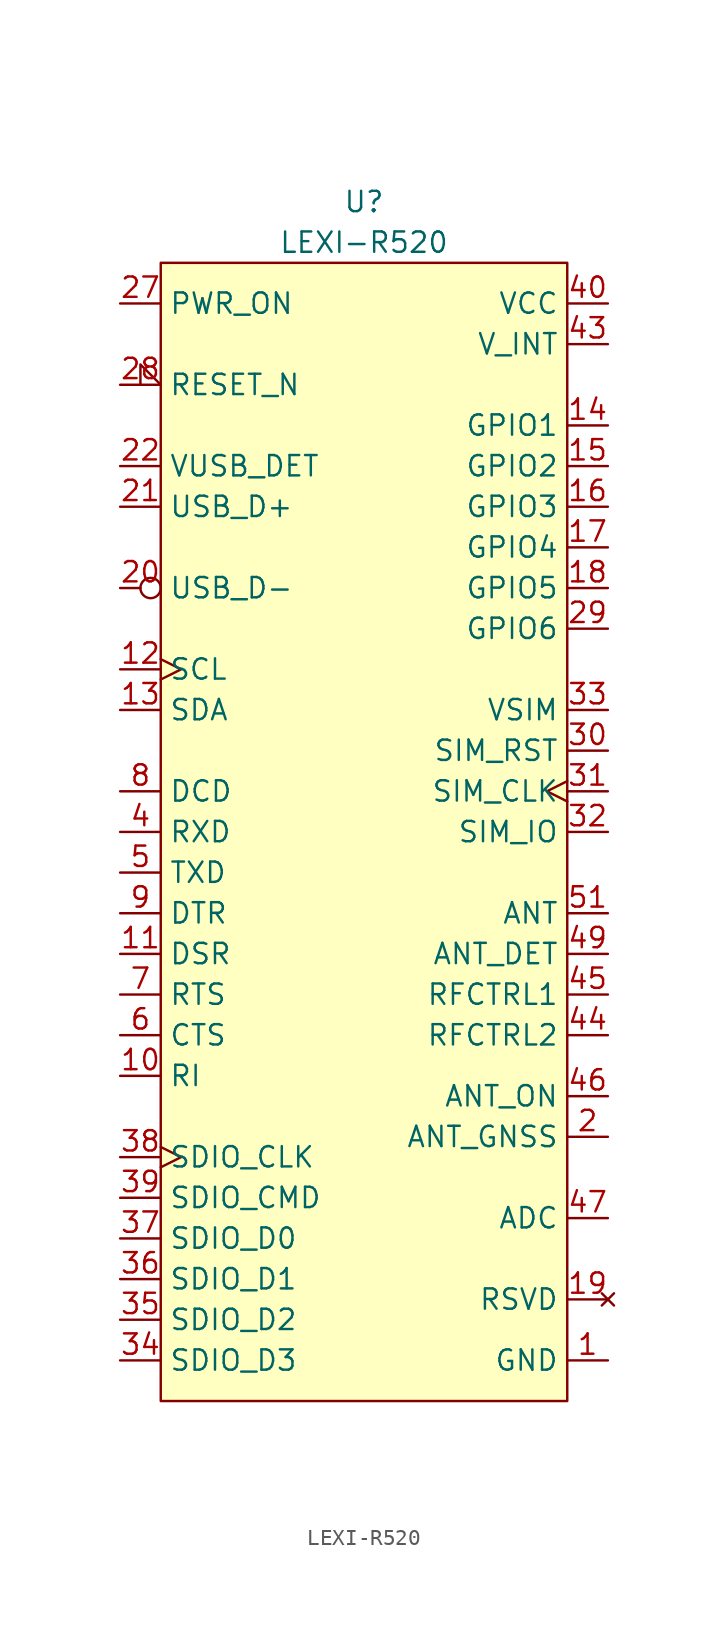
<source format=kicad_sym>
(kicad_symbol_lib
  (version 20231120)
  (generator "kicad_symbol_editor")
  (generator_version "8.0")
  (symbol "LEXI-R520"
    (property "Reference" "U"
      (at 0 39.37 0)
      (do_not_autoplace)
      (effects (font (size 1.27 1.27))))
    (property "Value" "LEXI-R520"
      (at 0 36.83 0)
      (do_not_autoplace)
      (effects (font (size 1.27 1.27))))
    (symbol "LEXI-R520_0_0"
      (pin passive line (at 15.24 -33.02 180) (length 2.54) (name "GND" (effects (font (size 1.27 1.27)))) (number "1" (effects (font (size 1.27 1.27)))))
      (pin output line (at -15.24 -15.24 0) (length 2.54) (name "RI" (effects (font (size 1.27 1.27)))) (number "10" (effects (font (size 1.27 1.27)))))
      (pin bidirectional line (at -15.24 -7.62 0) (length 2.54) (name "DSR" (effects (font (size 1.27 1.27)))) (number "11" (effects (font (size 1.27 1.27)))))
      (pin output clock (at -15.24 10.16 0) (length 2.54) (name "SCL" (effects (font (size 1.27 1.27)))) (number "12" (effects (font (size 1.27 1.27)))))
      (pin bidirectional line (at -15.24 7.62 0) (length 2.54) (name "SDA" (effects (font (size 1.27 1.27)))) (number "13" (effects (font (size 1.27 1.27)))))
      (pin bidirectional line (at 15.24 25.4 180) (length 2.54) (name "GPIO1" (effects (font (size 1.27 1.27)))) (number "14" (effects (font (size 1.27 1.27)))))
      (pin bidirectional line (at 15.24 22.86 180) (length 2.54) (name "GPIO2" (effects (font (size 1.27 1.27)))) (number "15" (effects (font (size 1.27 1.27)))))
      (pin bidirectional line (at 15.24 20.32 180) (length 2.54) (name "GPIO3" (effects (font (size 1.27 1.27)))) (number "16" (effects (font (size 1.27 1.27)))))
      (pin bidirectional line (at 15.24 17.78 180) (length 2.54) (name "GPIO4" (effects (font (size 1.27 1.27)))) (number "17" (effects (font (size 1.27 1.27)))))
      (pin bidirectional line (at 15.24 15.24 180) (length 2.54) (name "GPIO5" (effects (font (size 1.27 1.27)))) (number "18" (effects (font (size 1.27 1.27)))))
      (pin no_connect line (at 15.24 -29.21 180) (length 2.54) (name "RSVD" (effects (font (size 1.27 1.27)))) (number "19" (effects (font (size 1.27 1.27)))))
      (pin input line (at 15.24 -19.05 180) (length 2.54) (name "ANT_GNSS" (effects (font (size 1.27 1.27)))) (number "2" (effects (font (size 1.27 1.27)))))
      (pin bidirectional inverted (at -15.24 15.24 0) (length 2.54) (name "USB_D-" (effects (font (size 1.27 1.27)))) (number "20" (effects (font (size 1.27 1.27)))))
      (pin bidirectional line (at -15.24 20.32 0) (length 2.54) (name "USB_D+" (effects (font (size 1.27 1.27)))) (number "21" (effects (font (size 1.27 1.27)))))
      (pin input line (at -15.24 33.02 0) (length 2.54) (name "PWR_ON" (effects (font (size 1.27 1.27)))) (number "27" (effects (font (size 1.27 1.27)))))
      (pin input input_low (at -15.24 27.94 0) (length 2.54) (name "RESET_N" (effects (font (size 1.27 1.27)))) (number "28" (effects (font (size 1.27 1.27)))))
      (pin bidirectional line (at 15.24 12.7 180) (length 2.54) (name "GPIO6" (effects (font (size 1.27 1.27)))) (number "29" (effects (font (size 1.27 1.27)))))
      (pin output line (at 15.24 5.08 180) (length 2.54) (name "SIM_RST" (effects (font (size 1.27 1.27)))) (number "30" (effects (font (size 1.27 1.27)))))
      (pin output clock (at 15.24 2.54 180) (length 2.54) (name "SIM_CLK" (effects (font (size 1.27 1.27)))) (number "31" (effects (font (size 1.27 1.27)))))
      (pin bidirectional line (at 15.24 0 180) (length 2.54) (name "SIM_IO" (effects (font (size 1.27 1.27)))) (number "32" (effects (font (size 1.27 1.27)))))
      (pin power_out line (at 15.24 7.62 180) (length 2.54) (name "VSIM" (effects (font (size 1.27 1.27)))) (number "33" (effects (font (size 1.27 1.27)))))
      (pin bidirectional line (at -15.24 -33.02 0) (length 2.54) (name "SDIO_D3" (effects (font (size 1.27 1.27)))) (number "34" (effects (font (size 1.27 1.27)))))
      (pin bidirectional line (at -15.24 -30.48 0) (length 2.54) (name "SDIO_D2" (effects (font (size 1.27 1.27)))) (number "35" (effects (font (size 1.27 1.27)))))
      (pin bidirectional line (at -15.24 -27.94 0) (length 2.54) (name "SDIO_D1" (effects (font (size 1.27 1.27)))) (number "36" (effects (font (size 1.27 1.27)))))
      (pin bidirectional line (at -15.24 -25.4 0) (length 2.54) (name "SDIO_D0" (effects (font (size 1.27 1.27)))) (number "37" (effects (font (size 1.27 1.27)))))
      (pin output clock (at -15.24 -20.32 0) (length 2.54) (name "SDIO_CLK" (effects (font (size 1.27 1.27)))) (number "38" (effects (font (size 1.27 1.27)))))
      (pin bidirectional line (at -15.24 -22.86 0) (length 2.54) (name "SDIO_CMD" (effects (font (size 1.27 1.27)))) (number "39" (effects (font (size 1.27 1.27)))))
      (pin output line (at -15.24 0 0) (length 2.54) (name "RXD" (effects (font (size 1.27 1.27)))) (number "4" (effects (font (size 1.27 1.27)))))
      (pin power_in line (at 15.24 33.02 180) (length 2.54) (name "VCC" (effects (font (size 1.27 1.27)))) (number "40" (effects (font (size 1.27 1.27)))))
      (pin power_out line (at 15.24 30.48 180) (length 2.54) (name "V_INT" (effects (font (size 1.27 1.27)))) (number "43" (effects (font (size 1.27 1.27)))))
      (pin output line (at 15.24 -12.7 180) (length 2.54) (name "RFCTRL2" (effects (font (size 1.27 1.27)))) (number "44" (effects (font (size 1.27 1.27)))))
      (pin output line (at 15.24 -10.16 180) (length 2.54) (name "RFCTRL1" (effects (font (size 1.27 1.27)))) (number "45" (effects (font (size 1.27 1.27)))))
      (pin output line (at 15.24 -16.51 180) (length 2.54) (name "ANT_ON" (effects (font (size 1.27 1.27)))) (number "46" (effects (font (size 1.27 1.27)))))
      (pin input line (at 15.24 -24.13 180) (length 2.54) (name "ADC" (effects (font (size 1.27 1.27)))) (number "47" (effects (font (size 1.27 1.27)))))
      (pin input line (at 15.24 -7.62 180) (length 2.54) (name "ANT_DET" (effects (font (size 1.27 1.27)))) (number "49" (effects (font (size 1.27 1.27)))))
      (pin input line (at -15.24 -2.54 0) (length 2.54) (name "TXD" (effects (font (size 1.27 1.27)))) (number "5" (effects (font (size 1.27 1.27)))))
      (pin bidirectional line (at 15.24 -5.08 180) (length 2.54) (name "ANT" (effects (font (size 1.27 1.27)))) (number "51" (effects (font (size 1.27 1.27)))))
      (pin output line (at -15.24 -12.7 0) (length 2.54) (name "CTS" (effects (font (size 1.27 1.27)))) (number "6" (effects (font (size 1.27 1.27)))))
      (pin input line (at -15.24 -10.16 0) (length 2.54) (name "RTS" (effects (font (size 1.27 1.27)))) (number "7" (effects (font (size 1.27 1.27)))))
      (pin output line (at -15.24 2.54 0) (length 2.54) (name "DCD" (effects (font (size 1.27 1.27)))) (number "8" (effects (font (size 1.27 1.27)))))
      (pin input line (at -15.24 -5.08 0) (length 2.54) (name "DTR" (effects (font (size 1.27 1.27)))) (number "9" (effects (font (size 1.27 1.27))))))
    (symbol "LEXI-R520_1_0"
      (pin passive line (at 15.24 -33.02 180) (length 2.54) hide (name "GND" (effects (font (size 1.27 1.27)))) (number "100" (effects (font (size 1.27 1.27)))))
      (pin passive line (at 15.24 -33.02 180) (length 2.54) hide (name "GND" (effects (font (size 1.27 1.27)))) (number "101" (effects (font (size 1.27 1.27)))))
      (pin passive line (at 15.24 -33.02 180) (length 2.54) hide (name "GND" (effects (font (size 1.27 1.27)))) (number "102" (effects (font (size 1.27 1.27)))))
      (pin passive line (at 15.24 -33.02 180) (length 2.54) hide (name "GND" (effects (font (size 1.27 1.27)))) (number "103" (effects (font (size 1.27 1.27)))))
      (pin passive line (at 15.24 -33.02 180) (length 2.54) hide (name "GND" (effects (font (size 1.27 1.27)))) (number "104" (effects (font (size 1.27 1.27)))))
      (pin passive line (at 15.24 -33.02 180) (length 2.54) hide (name "GND" (effects (font (size 1.27 1.27)))) (number "105" (effects (font (size 1.27 1.27)))))
      (pin passive line (at 15.24 -33.02 180) (length 2.54) hide (name "GND" (effects (font (size 1.27 1.27)))) (number "106" (effects (font (size 1.27 1.27)))))
      (pin no_connect line (at 15.24 -29.21 180) (length 2.54) hide (name "RSVD" (effects (font (size 1.27 1.27)))) (number "107" (effects (font (size 1.27 1.27)))))
      (pin no_connect line (at 15.24 -29.21 180) (length 2.54) hide (name "RSVD" (effects (font (size 1.27 1.27)))) (number "108" (effects (font (size 1.27 1.27)))))
      (pin passive line (at 15.24 -33.02 180) (length 2.54) hide (name "GND" (effects (font (size 1.27 1.27)))) (number "109" (effects (font (size 1.27 1.27)))))
      (pin passive line (at 15.24 -33.02 180) (length 2.54) hide (name "GND" (effects (font (size 1.27 1.27)))) (number "110" (effects (font (size 1.27 1.27)))))
      (pin passive line (at 15.24 -33.02 180) (length 2.54) hide (name "GND" (effects (font (size 1.27 1.27)))) (number "111" (effects (font (size 1.27 1.27)))))
      (pin passive line (at 15.24 -33.02 180) (length 2.54) hide (name "GND" (effects (font (size 1.27 1.27)))) (number "112" (effects (font (size 1.27 1.27)))))
      (pin passive line (at 15.24 -33.02 180) (length 2.54) hide (name "GND" (effects (font (size 1.27 1.27)))) (number "113" (effects (font (size 1.27 1.27)))))
      (pin passive line (at 15.24 -33.02 180) (length 2.54) hide (name "GND" (effects (font (size 1.27 1.27)))) (number "114" (effects (font (size 1.27 1.27)))))
      (pin passive line (at 15.24 -33.02 180) (length 2.54) hide (name "GND" (effects (font (size 1.27 1.27)))) (number "115" (effects (font (size 1.27 1.27)))))
      (pin passive line (at 15.24 -33.02 180) (length 2.54) hide (name "GND" (effects (font (size 1.27 1.27)))) (number "116" (effects (font (size 1.27 1.27)))))
      (pin passive line (at 15.24 -33.02 180) (length 2.54) hide (name "GND" (effects (font (size 1.27 1.27)))) (number "117" (effects (font (size 1.27 1.27)))))
      (pin passive line (at 15.24 -33.02 180) (length 2.54) hide (name "GND" (effects (font (size 1.27 1.27)))) (number "118" (effects (font (size 1.27 1.27)))))
      (pin passive line (at 15.24 -33.02 180) (length 2.54) hide (name "GND" (effects (font (size 1.27 1.27)))) (number "119" (effects (font (size 1.27 1.27)))))
      (pin passive line (at 15.24 -33.02 180) (length 2.54) hide (name "GND" (effects (font (size 1.27 1.27)))) (number "120" (effects (font (size 1.27 1.27)))))
      (pin passive line (at 15.24 -33.02 180) (length 2.54) hide (name "GND" (effects (font (size 1.27 1.27)))) (number "121" (effects (font (size 1.27 1.27)))))
      (pin passive line (at 15.24 -33.02 180) (length 2.54) hide (name "GND" (effects (font (size 1.27 1.27)))) (number "122" (effects (font (size 1.27 1.27)))))
      (pin passive line (at 15.24 -33.02 180) (length 2.54) hide (name "GND" (effects (font (size 1.27 1.27)))) (number "123" (effects (font (size 1.27 1.27)))))
      (pin passive line (at 15.24 -33.02 180) (length 2.54) hide (name "GND" (effects (font (size 1.27 1.27)))) (number "124" (effects (font (size 1.27 1.27)))))
      (pin passive line (at 15.24 -33.02 180) (length 2.54) hide (name "GND" (effects (font (size 1.27 1.27)))) (number "125" (effects (font (size 1.27 1.27)))))
      (pin passive line (at 15.24 -33.02 180) (length 2.54) hide (name "GND" (effects (font (size 1.27 1.27)))) (number "126" (effects (font (size 1.27 1.27)))))
      (pin passive line (at 15.24 -33.02 180) (length 2.54) hide (name "GND" (effects (font (size 1.27 1.27)))) (number "127" (effects (font (size 1.27 1.27)))))
      (pin passive line (at 15.24 -33.02 180) (length 2.54) hide (name "GND" (effects (font (size 1.27 1.27)))) (number "128" (effects (font (size 1.27 1.27)))))
      (pin passive line (at 15.24 -33.02 180) (length 2.54) hide (name "GND" (effects (font (size 1.27 1.27)))) (number "129" (effects (font (size 1.27 1.27)))))
      (pin passive line (at 15.24 -33.02 180) (length 2.54) hide (name "GND" (effects (font (size 1.27 1.27)))) (number "130" (effects (font (size 1.27 1.27)))))
      (pin passive line (at 15.24 -33.02 180) (length 2.54) hide (name "GND" (effects (font (size 1.27 1.27)))) (number "131" (effects (font (size 1.27 1.27)))))
      (pin passive line (at 15.24 -33.02 180) (length 2.54) hide (name "GND" (effects (font (size 1.27 1.27)))) (number "132" (effects (font (size 1.27 1.27)))))
      (pin passive line (at 15.24 -33.02 180) (length 2.54) hide (name "GND" (effects (font (size 1.27 1.27)))) (number "133" (effects (font (size 1.27 1.27)))))
      (pin input line (at -15.24 22.86 0) (length 2.54) (name "VUSB_DET" (effects (font (size 1.27 1.27)))) (number "22" (effects (font (size 1.27 1.27)))))
      (pin no_connect line (at 15.24 -29.21 180) (length 2.54) hide (name "RSVD" (effects (font (size 1.27 1.27)))) (number "23" (effects (font (size 1.27 1.27)))))
      (pin no_connect line (at 15.24 -29.21 180) (length 2.54) hide (name "RSVD" (effects (font (size 1.27 1.27)))) (number "24" (effects (font (size 1.27 1.27)))))
      (pin no_connect line (at 15.24 -29.21 180) (length 2.54) hide (name "RSVD" (effects (font (size 1.27 1.27)))) (number "25" (effects (font (size 1.27 1.27)))))
      (pin no_connect line (at 15.24 -29.21 180) (length 2.54) hide (name "RSVD" (effects (font (size 1.27 1.27)))) (number "26" (effects (font (size 1.27 1.27)))))
      (pin passive line (at 15.24 -33.02 180) (length 2.54) hide (name "GND" (effects (font (size 1.27 1.27)))) (number "3" (effects (font (size 1.27 1.27)))))
      (pin power_in line (at 15.24 33.02 180) (length 2.54) hide (name "VCC" (effects (font (size 1.27 1.27)))) (number "41" (effects (font (size 1.27 1.27)))))
      (pin power_in line (at 15.24 33.02 180) (length 2.54) hide (name "VCC" (effects (font (size 1.27 1.27)))) (number "42" (effects (font (size 1.27 1.27)))))
      (pin no_connect line (at 15.24 -29.21 180) (length 2.54) hide (name "RSVD" (effects (font (size 1.27 1.27)))) (number "48" (effects (font (size 1.27 1.27)))))
      (pin passive line (at 15.24 -33.02 180) (length 2.54) hide (name "GND" (effects (font (size 1.27 1.27)))) (number "50" (effects (font (size 1.27 1.27)))))
      (pin passive line (at 15.24 -33.02 180) (length 2.54) hide (name "GND" (effects (font (size 1.27 1.27)))) (number "52" (effects (font (size 1.27 1.27)))))
      (pin passive line (at 15.24 -33.02 180) (length 2.54) hide (name "GND" (effects (font (size 1.27 1.27)))) (number "53" (effects (font (size 1.27 1.27)))))
      (pin no_connect line (at 15.24 -29.21 180) (length 2.54) hide (name "RSVD" (effects (font (size 1.27 1.27)))) (number "54" (effects (font (size 1.27 1.27)))))
      (pin no_connect line (at 15.24 -29.21 180) (length 2.54) hide (name "RSVD" (effects (font (size 1.27 1.27)))) (number "55" (effects (font (size 1.27 1.27)))))
      (pin passive line (at 15.24 -33.02 180) (length 2.54) hide (name "GND" (effects (font (size 1.27 1.27)))) (number "56" (effects (font (size 1.27 1.27)))))
      (pin passive line (at 15.24 -33.02 180) (length 2.54) hide (name "GND" (effects (font (size 1.27 1.27)))) (number "57" (effects (font (size 1.27 1.27)))))
      (pin passive line (at 15.24 -33.02 180) (length 2.54) hide (name "GND" (effects (font (size 1.27 1.27)))) (number "58" (effects (font (size 1.27 1.27)))))
      (pin passive line (at 15.24 -33.02 180) (length 2.54) hide (name "GND" (effects (font (size 1.27 1.27)))) (number "59" (effects (font (size 1.27 1.27)))))
      (pin passive line (at 15.24 -33.02 180) (length 2.54) hide (name "GND" (effects (font (size 1.27 1.27)))) (number "60" (effects (font (size 1.27 1.27)))))
      (pin passive line (at 15.24 -33.02 180) (length 2.54) hide (name "GND" (effects (font (size 1.27 1.27)))) (number "61" (effects (font (size 1.27 1.27)))))
      (pin no_connect line (at 15.24 -29.21 180) (length 2.54) hide (name "RSVD" (effects (font (size 1.27 1.27)))) (number "62" (effects (font (size 1.27 1.27)))))
      (pin no_connect line (at 15.24 -29.21 180) (length 2.54) hide (name "RSVD" (effects (font (size 1.27 1.27)))) (number "63" (effects (font (size 1.27 1.27)))))
      (pin passive line (at 15.24 -33.02 180) (length 2.54) hide (name "GND" (effects (font (size 1.27 1.27)))) (number "64" (effects (font (size 1.27 1.27)))))
      (pin passive line (at 15.24 -33.02 180) (length 2.54) hide (name "GND" (effects (font (size 1.27 1.27)))) (number "65" (effects (font (size 1.27 1.27)))))
      (pin passive line (at 15.24 -33.02 180) (length 2.54) hide (name "GND" (effects (font (size 1.27 1.27)))) (number "66" (effects (font (size 1.27 1.27)))))
      (pin passive line (at 15.24 -33.02 180) (length 2.54) hide (name "GND" (effects (font (size 1.27 1.27)))) (number "67" (effects (font (size 1.27 1.27)))))
      (pin passive line (at 15.24 -33.02 180) (length 2.54) hide (name "GND" (effects (font (size 1.27 1.27)))) (number "68" (effects (font (size 1.27 1.27)))))
      (pin passive line (at 15.24 -33.02 180) (length 2.54) hide (name "GND" (effects (font (size 1.27 1.27)))) (number "69" (effects (font (size 1.27 1.27)))))
      (pin passive line (at 15.24 -33.02 180) (length 2.54) hide (name "GND" (effects (font (size 1.27 1.27)))) (number "70" (effects (font (size 1.27 1.27)))))
      (pin no_connect line (at 15.24 -29.21 180) (length 2.54) hide (name "RSVD" (effects (font (size 1.27 1.27)))) (number "71" (effects (font (size 1.27 1.27)))))
      (pin no_connect line (at 15.24 -29.21 180) (length 2.54) hide (name "RSVD" (effects (font (size 1.27 1.27)))) (number "72" (effects (font (size 1.27 1.27)))))
      (pin passive line (at 15.24 -33.02 180) (length 2.54) hide (name "GND" (effects (font (size 1.27 1.27)))) (number "73" (effects (font (size 1.27 1.27)))))
      (pin passive line (at 15.24 -33.02 180) (length 2.54) hide (name "GND" (effects (font (size 1.27 1.27)))) (number "74" (effects (font (size 1.27 1.27)))))
      (pin passive line (at 15.24 -33.02 180) (length 2.54) hide (name "GND" (effects (font (size 1.27 1.27)))) (number "75" (effects (font (size 1.27 1.27)))))
      (pin passive line (at 15.24 -33.02 180) (length 2.54) hide (name "GND" (effects (font (size 1.27 1.27)))) (number "76" (effects (font (size 1.27 1.27)))))
      (pin passive line (at 15.24 -33.02 180) (length 2.54) hide (name "GND" (effects (font (size 1.27 1.27)))) (number "77" (effects (font (size 1.27 1.27)))))
      (pin passive line (at 15.24 -33.02 180) (length 2.54) hide (name "GND" (effects (font (size 1.27 1.27)))) (number "78" (effects (font (size 1.27 1.27)))))
      (pin passive line (at 15.24 -33.02 180) (length 2.54) hide (name "GND" (effects (font (size 1.27 1.27)))) (number "79" (effects (font (size 1.27 1.27)))))
      (pin no_connect line (at 15.24 -29.21 180) (length 2.54) hide (name "RSVD" (effects (font (size 1.27 1.27)))) (number "80" (effects (font (size 1.27 1.27)))))
      (pin no_connect line (at 15.24 -29.21 180) (length 2.54) hide (name "RSVD" (effects (font (size 1.27 1.27)))) (number "81" (effects (font (size 1.27 1.27)))))
      (pin passive line (at 15.24 -33.02 180) (length 2.54) hide (name "GND" (effects (font (size 1.27 1.27)))) (number "82" (effects (font (size 1.27 1.27)))))
      (pin passive line (at 15.24 -33.02 180) (length 2.54) hide (name "GND" (effects (font (size 1.27 1.27)))) (number "83" (effects (font (size 1.27 1.27)))))
      (pin passive line (at 15.24 -33.02 180) (length 2.54) hide (name "GND" (effects (font (size 1.27 1.27)))) (number "84" (effects (font (size 1.27 1.27)))))
      (pin passive line (at 15.24 -33.02 180) (length 2.54) hide (name "GND" (effects (font (size 1.27 1.27)))) (number "85" (effects (font (size 1.27 1.27)))))
      (pin passive line (at 15.24 -33.02 180) (length 2.54) hide (name "GND" (effects (font (size 1.27 1.27)))) (number "86" (effects (font (size 1.27 1.27)))))
      (pin passive line (at 15.24 -33.02 180) (length 2.54) hide (name "GND" (effects (font (size 1.27 1.27)))) (number "87" (effects (font (size 1.27 1.27)))))
      (pin passive line (at 15.24 -33.02 180) (length 2.54) hide (name "GND" (effects (font (size 1.27 1.27)))) (number "88" (effects (font (size 1.27 1.27)))))
      (pin no_connect line (at 15.24 -29.21 180) (length 2.54) hide (name "RSVD" (effects (font (size 1.27 1.27)))) (number "89" (effects (font (size 1.27 1.27)))))
      (pin no_connect line (at 15.24 -29.21 180) (length 2.54) hide (name "RSVD" (effects (font (size 1.27 1.27)))) (number "90" (effects (font (size 1.27 1.27)))))
      (pin passive line (at 15.24 -33.02 180) (length 2.54) hide (name "GND" (effects (font (size 1.27 1.27)))) (number "91" (effects (font (size 1.27 1.27)))))
      (pin passive line (at 15.24 -33.02 180) (length 2.54) hide (name "GND" (effects (font (size 1.27 1.27)))) (number "92" (effects (font (size 1.27 1.27)))))
      (pin passive line (at 15.24 -33.02 180) (length 2.54) hide (name "GND" (effects (font (size 1.27 1.27)))) (number "93" (effects (font (size 1.27 1.27)))))
      (pin passive line (at 15.24 -33.02 180) (length 2.54) hide (name "GND" (effects (font (size 1.27 1.27)))) (number "94" (effects (font (size 1.27 1.27)))))
      (pin passive line (at 15.24 -33.02 180) (length 2.54) hide (name "GND" (effects (font (size 1.27 1.27)))) (number "95" (effects (font (size 1.27 1.27)))))
      (pin passive line (at 15.24 -33.02 180) (length 2.54) hide (name "GND" (effects (font (size 1.27 1.27)))) (number "96" (effects (font (size 1.27 1.27)))))
      (pin passive line (at 15.24 -33.02 180) (length 2.54) hide (name "GND" (effects (font (size 1.27 1.27)))) (number "97" (effects (font (size 1.27 1.27)))))
      (pin no_connect line (at 15.24 -29.21 180) (length 2.54) hide (name "RSVD" (effects (font (size 1.27 1.27)))) (number "98" (effects (font (size 1.27 1.27)))))
      (pin no_connect line (at 15.24 -29.21 180) (length 2.54) hide (name "RSVD" (effects (font (size 1.27 1.27)))) (number "99" (effects (font (size 1.27 1.27))))))
    (symbol "LEXI-R520_1_1"
      (rectangle (start -12.7 35.56) (end 12.7 -35.56) (stroke (width 0) (type default)) (fill (type background))))))
</source>
